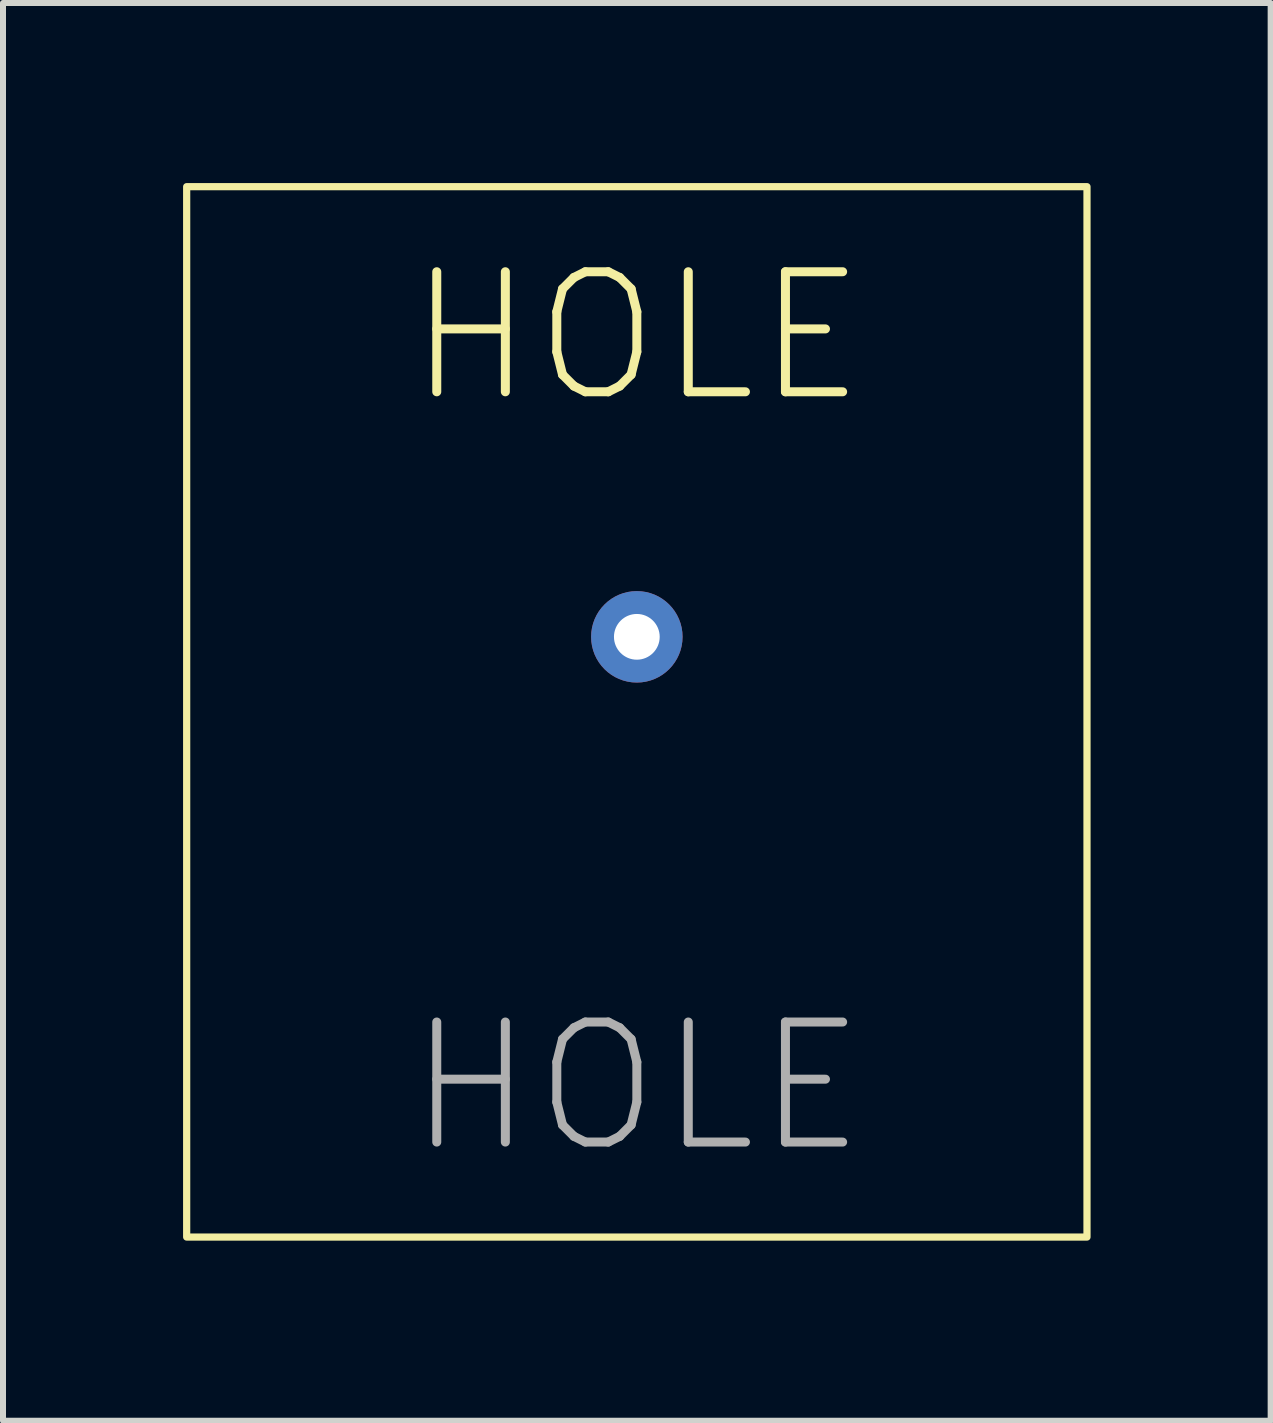
<source format=kicad_pcb>
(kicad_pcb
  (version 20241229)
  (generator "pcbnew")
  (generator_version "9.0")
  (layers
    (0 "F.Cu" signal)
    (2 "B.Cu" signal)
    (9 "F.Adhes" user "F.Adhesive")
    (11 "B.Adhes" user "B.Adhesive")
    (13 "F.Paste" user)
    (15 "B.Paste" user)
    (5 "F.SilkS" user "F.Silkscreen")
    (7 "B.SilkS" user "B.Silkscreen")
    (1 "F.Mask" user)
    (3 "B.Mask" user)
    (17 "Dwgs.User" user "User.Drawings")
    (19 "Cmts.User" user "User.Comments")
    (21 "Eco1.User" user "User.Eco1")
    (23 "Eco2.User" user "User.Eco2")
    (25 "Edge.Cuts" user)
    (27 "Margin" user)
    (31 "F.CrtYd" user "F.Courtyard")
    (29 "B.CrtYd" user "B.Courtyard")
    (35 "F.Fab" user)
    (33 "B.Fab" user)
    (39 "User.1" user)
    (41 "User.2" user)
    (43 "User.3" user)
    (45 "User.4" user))
  (footprint "HOLE"
    (layer "F.Cu")
    (at 7.56 7.56)
    (property "Reference" "HOLE" (at 0 -5 0) (unlocked yes) (layer "F.SilkS") (effects (font (size 2 2) (thickness 0.15))))
    (attr through_hole)
    (fp_rect (start -7.5 -7.5) (end 7.5 10) (stroke (width 0.12) (type solid)) (fill no) (layer "F.SilkS"))
    (fp_text user "${REFERENCE}" (at 0 7.5 0) (unlocked yes) (layer "F.Fab") (effects (font (size 2 2) (thickness 0.15))))
    (pad "1" thru_hole circle (at 0 0) (size 1.524 1.524) (drill 0.762) (layers "*.Cu" "*.Mask")))
  (gr_rect
    (start -3 -3)
    (end 18.12 20.62)
    (stroke (width 0.1) (type default))
    (fill no)
    (layer "Edge.Cuts")))
</source>
